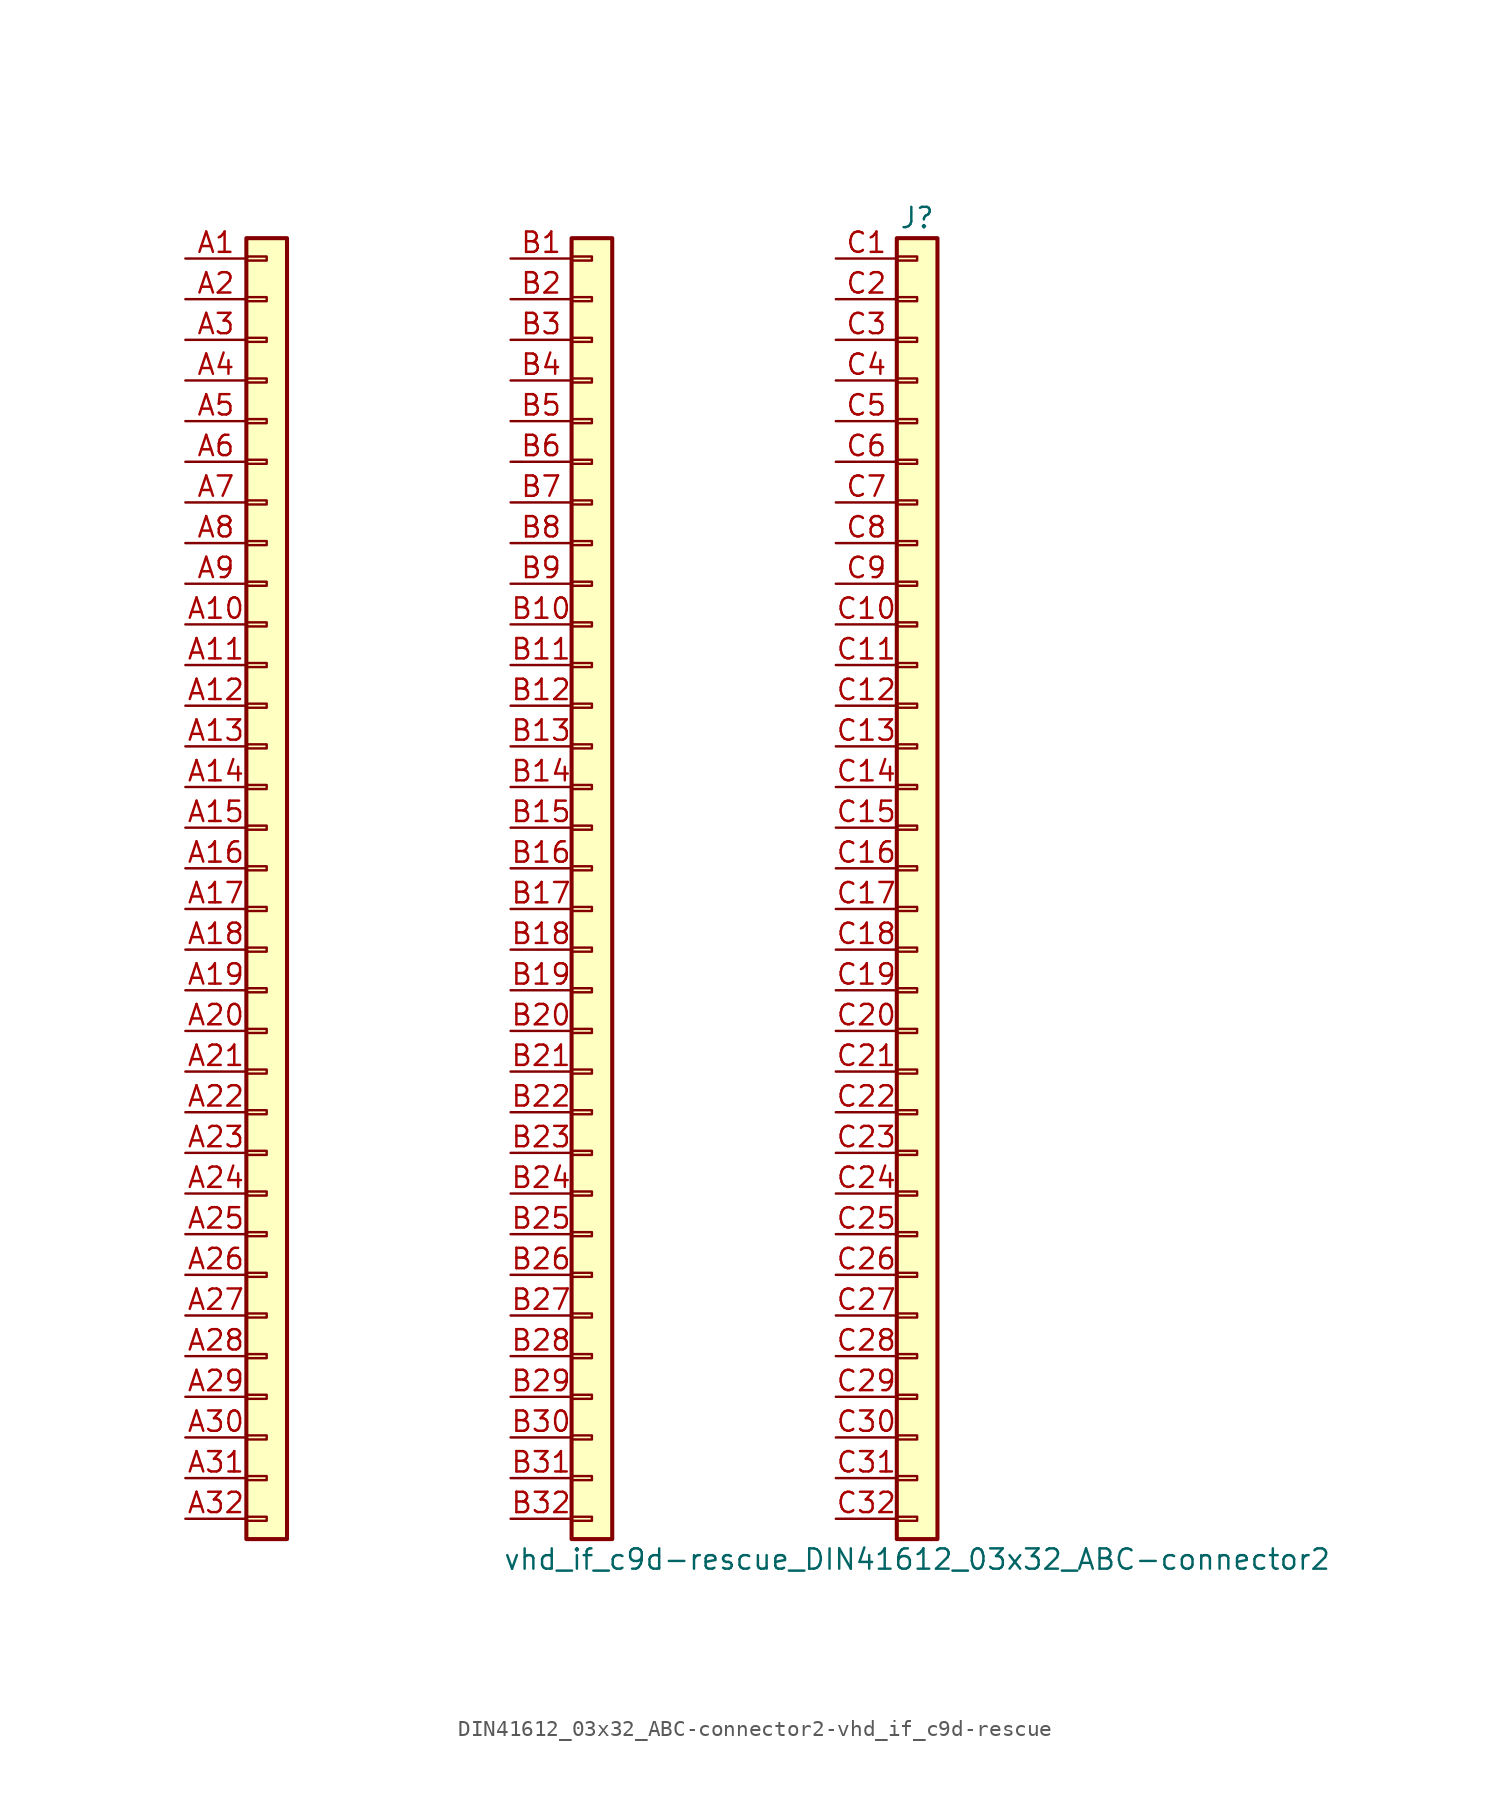
<source format=kicad_sym>
(kicad_symbol_lib
  (version 20220914)
  (generator kicad_symbol_editor)
  (symbol "DIN41612_03x32_ABC-connector2-vhd_if_c9d-rescue"
    (pin_names
      (offset 1.016) hide)
    (property "Reference" "J"
      (at 1.27 40.64 0)
      (effects (font (size 1.27 1.27))))
    (property "Value" "vhd_if_c9d-rescue_DIN41612_03x32_ABC-connector2"
      (at 1.27 -43.18 0)
      (effects (font (size 1.27 1.27))))
    (symbol "DIN41612_03x32_ABC-connector2-vhd_if_c9d-rescue_1_1"
      (rectangle (start -40.64 -40.513) (end -39.37 -40.767) (stroke (width 0.152) (type solid)) (fill (type none)))
      (rectangle (start -40.64 -37.973) (end -39.37 -38.227) (stroke (width 0.152) (type solid)) (fill (type none)))
      (rectangle (start -40.64 -35.433) (end -39.37 -35.687) (stroke (width 0.152) (type solid)) (fill (type none)))
      (rectangle (start -40.64 -32.893) (end -39.37 -33.147) (stroke (width 0.152) (type solid)) (fill (type none)))
      (rectangle (start -40.64 -30.353) (end -39.37 -30.607) (stroke (width 0.152) (type solid)) (fill (type none)))
      (rectangle (start -40.64 -27.813) (end -39.37 -28.067) (stroke (width 0.152) (type solid)) (fill (type none)))
      (rectangle (start -40.64 -25.273) (end -39.37 -25.527) (stroke (width 0.152) (type solid)) (fill (type none)))
      (rectangle (start -40.64 -22.733) (end -39.37 -22.987) (stroke (width 0.152) (type solid)) (fill (type none)))
      (rectangle (start -40.64 -20.193) (end -39.37 -20.447) (stroke (width 0.152) (type solid)) (fill (type none)))
      (rectangle (start -40.64 -17.653) (end -39.37 -17.907) (stroke (width 0.152) (type solid)) (fill (type none)))
      (rectangle (start -40.64 -15.113) (end -39.37 -15.367) (stroke (width 0.152) (type solid)) (fill (type none)))
      (rectangle (start -40.64 -12.573) (end -39.37 -12.827) (stroke (width 0.152) (type solid)) (fill (type none)))
      (rectangle (start -40.64 -10.033) (end -39.37 -10.287) (stroke (width 0.152) (type solid)) (fill (type none)))
      (rectangle (start -40.64 -7.493) (end -39.37 -7.747) (stroke (width 0.152) (type solid)) (fill (type none)))
      (rectangle (start -40.64 -4.953) (end -39.37 -5.207) (stroke (width 0.152) (type solid)) (fill (type none)))
      (rectangle (start -40.64 -2.413) (end -39.37 -2.667) (stroke (width 0.152) (type solid)) (fill (type none)))
      (rectangle (start -40.64 0.127) (end -39.37 -0.127) (stroke (width 0.152) (type solid)) (fill (type none)))
      (rectangle (start -40.64 2.667) (end -39.37 2.413) (stroke (width 0.152) (type solid)) (fill (type none)))
      (rectangle (start -40.64 5.207) (end -39.37 4.953) (stroke (width 0.152) (type solid)) (fill (type none)))
      (rectangle (start -40.64 7.747) (end -39.37 7.493) (stroke (width 0.152) (type solid)) (fill (type none)))
      (rectangle (start -40.64 10.287) (end -39.37 10.033) (stroke (width 0.152) (type solid)) (fill (type none)))
      (rectangle (start -40.64 12.827) (end -39.37 12.573) (stroke (width 0.152) (type solid)) (fill (type none)))
      (rectangle (start -40.64 15.367) (end -39.37 15.113) (stroke (width 0.152) (type solid)) (fill (type none)))
      (rectangle (start -40.64 17.907) (end -39.37 17.653) (stroke (width 0.152) (type solid)) (fill (type none)))
      (rectangle (start -40.64 20.447) (end -39.37 20.193) (stroke (width 0.152) (type solid)) (fill (type none)))
      (rectangle (start -40.64 22.987) (end -39.37 22.733) (stroke (width 0.152) (type solid)) (fill (type none)))
      (rectangle (start -40.64 25.527) (end -39.37 25.273) (stroke (width 0.152) (type solid)) (fill (type none)))
      (rectangle (start -40.64 28.067) (end -39.37 27.813) (stroke (width 0.152) (type solid)) (fill (type none)))
      (rectangle (start -40.64 30.607) (end -39.37 30.353) (stroke (width 0.152) (type solid)) (fill (type none)))
      (rectangle (start -40.64 33.147) (end -39.37 32.893) (stroke (width 0.152) (type solid)) (fill (type none)))
      (rectangle (start -40.64 35.687) (end -39.37 35.433) (stroke (width 0.152) (type solid)) (fill (type none)))
      (rectangle (start -40.64 38.227) (end -39.37 37.973) (stroke (width 0.152) (type solid)) (fill (type none)))
      (rectangle (start -40.64 39.37) (end -38.1 -41.91) (stroke (width 0.254) (type solid)) (fill (type background)))
      (rectangle (start -20.32 -40.513) (end -19.05 -40.767) (stroke (width 0.152) (type solid)) (fill (type none)))
      (rectangle (start -20.32 -37.973) (end -19.05 -38.227) (stroke (width 0.152) (type solid)) (fill (type none)))
      (rectangle (start -20.32 -35.433) (end -19.05 -35.687) (stroke (width 0.152) (type solid)) (fill (type none)))
      (rectangle (start -20.32 -32.893) (end -19.05 -33.147) (stroke (width 0.152) (type solid)) (fill (type none)))
      (rectangle (start -20.32 -30.353) (end -19.05 -30.607) (stroke (width 0.152) (type solid)) (fill (type none)))
      (rectangle (start -20.32 -27.813) (end -19.05 -28.067) (stroke (width 0.152) (type solid)) (fill (type none)))
      (rectangle (start -20.32 -25.273) (end -19.05 -25.527) (stroke (width 0.152) (type solid)) (fill (type none)))
      (rectangle (start -20.32 -22.733) (end -19.05 -22.987) (stroke (width 0.152) (type solid)) (fill (type none)))
      (rectangle (start -20.32 -20.193) (end -19.05 -20.447) (stroke (width 0.152) (type solid)) (fill (type none)))
      (rectangle (start -20.32 -17.653) (end -19.05 -17.907) (stroke (width 0.152) (type solid)) (fill (type none)))
      (rectangle (start -20.32 -15.113) (end -19.05 -15.367) (stroke (width 0.152) (type solid)) (fill (type none)))
      (rectangle (start -20.32 -12.573) (end -19.05 -12.827) (stroke (width 0.152) (type solid)) (fill (type none)))
      (rectangle (start -20.32 -10.033) (end -19.05 -10.287) (stroke (width 0.152) (type solid)) (fill (type none)))
      (rectangle (start -20.32 -7.493) (end -19.05 -7.747) (stroke (width 0.152) (type solid)) (fill (type none)))
      (rectangle (start -20.32 -4.953) (end -19.05 -5.207) (stroke (width 0.152) (type solid)) (fill (type none)))
      (rectangle (start -20.32 -2.413) (end -19.05 -2.667) (stroke (width 0.152) (type solid)) (fill (type none)))
      (rectangle (start -20.32 0.127) (end -19.05 -0.127) (stroke (width 0.152) (type solid)) (fill (type none)))
      (rectangle (start -20.32 2.667) (end -19.05 2.413) (stroke (width 0.152) (type solid)) (fill (type none)))
      (rectangle (start -20.32 5.207) (end -19.05 4.953) (stroke (width 0.152) (type solid)) (fill (type none)))
      (rectangle (start -20.32 7.747) (end -19.05 7.493) (stroke (width 0.152) (type solid)) (fill (type none)))
      (rectangle (start -20.32 10.287) (end -19.05 10.033) (stroke (width 0.152) (type solid)) (fill (type none)))
      (rectangle (start -20.32 12.827) (end -19.05 12.573) (stroke (width 0.152) (type solid)) (fill (type none)))
      (rectangle (start -20.32 15.367) (end -19.05 15.113) (stroke (width 0.152) (type solid)) (fill (type none)))
      (rectangle (start -20.32 17.907) (end -19.05 17.653) (stroke (width 0.152) (type solid)) (fill (type none)))
      (rectangle (start -20.32 20.447) (end -19.05 20.193) (stroke (width 0.152) (type solid)) (fill (type none)))
      (rectangle (start -20.32 22.987) (end -19.05 22.733) (stroke (width 0.152) (type solid)) (fill (type none)))
      (rectangle (start -20.32 25.527) (end -19.05 25.273) (stroke (width 0.152) (type solid)) (fill (type none)))
      (rectangle (start -20.32 28.067) (end -19.05 27.813) (stroke (width 0.152) (type solid)) (fill (type none)))
      (rectangle (start -20.32 30.607) (end -19.05 30.353) (stroke (width 0.152) (type solid)) (fill (type none)))
      (rectangle (start -20.32 33.147) (end -19.05 32.893) (stroke (width 0.152) (type solid)) (fill (type none)))
      (rectangle (start -20.32 35.687) (end -19.05 35.433) (stroke (width 0.152) (type solid)) (fill (type none)))
      (rectangle (start -20.32 38.227) (end -19.05 37.973) (stroke (width 0.152) (type solid)) (fill (type none)))
      (rectangle (start -20.32 39.37) (end -17.78 -41.91) (stroke (width 0.254) (type solid)) (fill (type background)))
      (rectangle (start 0 -40.513) (end 1.27 -40.767) (stroke (width 0.152) (type solid)) (fill (type none)))
      (rectangle (start 0 -37.973) (end 1.27 -38.227) (stroke (width 0.152) (type solid)) (fill (type none)))
      (rectangle (start 0 -35.433) (end 1.27 -35.687) (stroke (width 0.152) (type solid)) (fill (type none)))
      (rectangle (start 0 -32.893) (end 1.27 -33.147) (stroke (width 0.152) (type solid)) (fill (type none)))
      (rectangle (start 0 -30.353) (end 1.27 -30.607) (stroke (width 0.152) (type solid)) (fill (type none)))
      (rectangle (start 0 -27.813) (end 1.27 -28.067) (stroke (width 0.152) (type solid)) (fill (type none)))
      (rectangle (start 0 -25.273) (end 1.27 -25.527) (stroke (width 0.152) (type solid)) (fill (type none)))
      (rectangle (start 0 -22.733) (end 1.27 -22.987) (stroke (width 0.152) (type solid)) (fill (type none)))
      (rectangle (start 0 -20.193) (end 1.27 -20.447) (stroke (width 0.152) (type solid)) (fill (type none)))
      (rectangle (start 0 -17.653) (end 1.27 -17.907) (stroke (width 0.152) (type solid)) (fill (type none)))
      (rectangle (start 0 -15.113) (end 1.27 -15.367) (stroke (width 0.152) (type solid)) (fill (type none)))
      (rectangle (start 0 -12.573) (end 1.27 -12.827) (stroke (width 0.152) (type solid)) (fill (type none)))
      (rectangle (start 0 -10.033) (end 1.27 -10.287) (stroke (width 0.152) (type solid)) (fill (type none)))
      (rectangle (start 0 -7.493) (end 1.27 -7.747) (stroke (width 0.152) (type solid)) (fill (type none)))
      (rectangle (start 0 -4.953) (end 1.27 -5.207) (stroke (width 0.152) (type solid)) (fill (type none)))
      (rectangle (start 0 -2.413) (end 1.27 -2.667) (stroke (width 0.152) (type solid)) (fill (type none)))
      (rectangle (start 0 0.127) (end 1.27 -0.127) (stroke (width 0.152) (type solid)) (fill (type none)))
      (rectangle (start 0 2.667) (end 1.27 2.413) (stroke (width 0.152) (type solid)) (fill (type none)))
      (rectangle (start 0 5.207) (end 1.27 4.953) (stroke (width 0.152) (type solid)) (fill (type none)))
      (rectangle (start 0 7.747) (end 1.27 7.493) (stroke (width 0.152) (type solid)) (fill (type none)))
      (rectangle (start 0 10.287) (end 1.27 10.033) (stroke (width 0.152) (type solid)) (fill (type none)))
      (rectangle (start 0 12.827) (end 1.27 12.573) (stroke (width 0.152) (type solid)) (fill (type none)))
      (rectangle (start 0 15.367) (end 1.27 15.113) (stroke (width 0.152) (type solid)) (fill (type none)))
      (rectangle (start 0 17.907) (end 1.27 17.653) (stroke (width 0.152) (type solid)) (fill (type none)))
      (rectangle (start 0 20.447) (end 1.27 20.193) (stroke (width 0.152) (type solid)) (fill (type none)))
      (rectangle (start 0 22.987) (end 1.27 22.733) (stroke (width 0.152) (type solid)) (fill (type none)))
      (rectangle (start 0 25.527) (end 1.27 25.273) (stroke (width 0.152) (type solid)) (fill (type none)))
      (rectangle (start 0 28.067) (end 1.27 27.813) (stroke (width 0.152) (type solid)) (fill (type none)))
      (rectangle (start 0 30.607) (end 1.27 30.353) (stroke (width 0.152) (type solid)) (fill (type none)))
      (rectangle (start 0 33.147) (end 1.27 32.893) (stroke (width 0.152) (type solid)) (fill (type none)))
      (rectangle (start 0 35.687) (end 1.27 35.433) (stroke (width 0.152) (type solid)) (fill (type none)))
      (rectangle (start 0 38.227) (end 1.27 37.973) (stroke (width 0.152) (type solid)) (fill (type none)))
      (rectangle (start 0 39.37) (end 2.54 -41.91) (stroke (width 0.254) (type solid)) (fill (type background)))
      (pin passive line (at -44.45 38.1 0) (length 3.81) (name "Pin_a1" (effects (font (size 1.27 1.27)))) (number "A1" (effects (font (size 1.27 1.27)))))
      (pin passive line (at -44.45 15.24 0) (length 3.81) (name "Pin_a10" (effects (font (size 1.27 1.27)))) (number "A10" (effects (font (size 1.27 1.27)))))
      (pin passive line (at -44.45 12.7 0) (length 3.81) (name "Pin_a11" (effects (font (size 1.27 1.27)))) (number "A11" (effects (font (size 1.27 1.27)))))
      (pin passive line (at -44.45 10.16 0) (length 3.81) (name "Pin_a12" (effects (font (size 1.27 1.27)))) (number "A12" (effects (font (size 1.27 1.27)))))
      (pin passive line (at -44.45 7.62 0) (length 3.81) (name "Pin_a13" (effects (font (size 1.27 1.27)))) (number "A13" (effects (font (size 1.27 1.27)))))
      (pin passive line (at -44.45 5.08 0) (length 3.81) (name "Pin_a14" (effects (font (size 1.27 1.27)))) (number "A14" (effects (font (size 1.27 1.27)))))
      (pin passive line (at -44.45 2.54 0) (length 3.81) (name "Pin_a15" (effects (font (size 1.27 1.27)))) (number "A15" (effects (font (size 1.27 1.27)))))
      (pin passive line (at -44.45 0 0) (length 3.81) (name "Pin_a16" (effects (font (size 1.27 1.27)))) (number "A16" (effects (font (size 1.27 1.27)))))
      (pin passive line (at -44.45 -2.54 0) (length 3.81) (name "Pin_a17" (effects (font (size 1.27 1.27)))) (number "A17" (effects (font (size 1.27 1.27)))))
      (pin passive line (at -44.45 -5.08 0) (length 3.81) (name "Pin_a18" (effects (font (size 1.27 1.27)))) (number "A18" (effects (font (size 1.27 1.27)))))
      (pin passive line (at -44.45 -7.62 0) (length 3.81) (name "Pin_a19" (effects (font (size 1.27 1.27)))) (number "A19" (effects (font (size 1.27 1.27)))))
      (pin passive line (at -44.45 35.56 0) (length 3.81) (name "Pin_a2" (effects (font (size 1.27 1.27)))) (number "A2" (effects (font (size 1.27 1.27)))))
      (pin passive line (at -44.45 -10.16 0) (length 3.81) (name "Pin_a20" (effects (font (size 1.27 1.27)))) (number "A20" (effects (font (size 1.27 1.27)))))
      (pin passive line (at -44.45 -12.7 0) (length 3.81) (name "Pin_a21" (effects (font (size 1.27 1.27)))) (number "A21" (effects (font (size 1.27 1.27)))))
      (pin passive line (at -44.45 -15.24 0) (length 3.81) (name "Pin_a22" (effects (font (size 1.27 1.27)))) (number "A22" (effects (font (size 1.27 1.27)))))
      (pin passive line (at -44.45 -17.78 0) (length 3.81) (name "Pin_a23" (effects (font (size 1.27 1.27)))) (number "A23" (effects (font (size 1.27 1.27)))))
      (pin passive line (at -44.45 -20.32 0) (length 3.81) (name "Pin_a24" (effects (font (size 1.27 1.27)))) (number "A24" (effects (font (size 1.27 1.27)))))
      (pin passive line (at -44.45 -22.86 0) (length 3.81) (name "Pin_a25" (effects (font (size 1.27 1.27)))) (number "A25" (effects (font (size 1.27 1.27)))))
      (pin passive line (at -44.45 -25.4 0) (length 3.81) (name "Pin_a26" (effects (font (size 1.27 1.27)))) (number "A26" (effects (font (size 1.27 1.27)))))
      (pin passive line (at -44.45 -27.94 0) (length 3.81) (name "Pin_a27" (effects (font (size 1.27 1.27)))) (number "A27" (effects (font (size 1.27 1.27)))))
      (pin passive line (at -44.45 -30.48 0) (length 3.81) (name "Pin_a28" (effects (font (size 1.27 1.27)))) (number "A28" (effects (font (size 1.27 1.27)))))
      (pin passive line (at -44.45 -33.02 0) (length 3.81) (name "Pin_a29" (effects (font (size 1.27 1.27)))) (number "A29" (effects (font (size 1.27 1.27)))))
      (pin passive line (at -44.45 33.02 0) (length 3.81) (name "Pin_a3" (effects (font (size 1.27 1.27)))) (number "A3" (effects (font (size 1.27 1.27)))))
      (pin passive line (at -44.45 -35.56 0) (length 3.81) (name "Pin_a30" (effects (font (size 1.27 1.27)))) (number "A30" (effects (font (size 1.27 1.27)))))
      (pin passive line (at -44.45 -38.1 0) (length 3.81) (name "Pin_a31" (effects (font (size 1.27 1.27)))) (number "A31" (effects (font (size 1.27 1.27)))))
      (pin passive line (at -44.45 -40.64 0) (length 3.81) (name "Pin_a32" (effects (font (size 1.27 1.27)))) (number "A32" (effects (font (size 1.27 1.27)))))
      (pin passive line (at -44.45 30.48 0) (length 3.81) (name "Pin_a4" (effects (font (size 1.27 1.27)))) (number "A4" (effects (font (size 1.27 1.27)))))
      (pin passive line (at -44.45 27.94 0) (length 3.81) (name "Pin_a5" (effects (font (size 1.27 1.27)))) (number "A5" (effects (font (size 1.27 1.27)))))
      (pin passive line (at -44.45 25.4 0) (length 3.81) (name "Pin_a6" (effects (font (size 1.27 1.27)))) (number "A6" (effects (font (size 1.27 1.27)))))
      (pin passive line (at -44.45 22.86 0) (length 3.81) (name "Pin_a7" (effects (font (size 1.27 1.27)))) (number "A7" (effects (font (size 1.27 1.27)))))
      (pin passive line (at -44.45 20.32 0) (length 3.81) (name "Pin_a8" (effects (font (size 1.27 1.27)))) (number "A8" (effects (font (size 1.27 1.27)))))
      (pin passive line (at -44.45 17.78 0) (length 3.81) (name "Pin_a9" (effects (font (size 1.27 1.27)))) (number "A9" (effects (font (size 1.27 1.27)))))
      (pin passive line (at -24.13 38.1 0) (length 3.81) (name "Pin_b1" (effects (font (size 1.27 1.27)))) (number "B1" (effects (font (size 1.27 1.27)))))
      (pin passive line (at -24.13 15.24 0) (length 3.81) (name "Pin_b10" (effects (font (size 1.27 1.27)))) (number "B10" (effects (font (size 1.27 1.27)))))
      (pin passive line (at -24.13 12.7 0) (length 3.81) (name "Pin_b11" (effects (font (size 1.27 1.27)))) (number "B11" (effects (font (size 1.27 1.27)))))
      (pin passive line (at -24.13 10.16 0) (length 3.81) (name "Pin_b12" (effects (font (size 1.27 1.27)))) (number "B12" (effects (font (size 1.27 1.27)))))
      (pin passive line (at -24.13 7.62 0) (length 3.81) (name "Pin_b13" (effects (font (size 1.27 1.27)))) (number "B13" (effects (font (size 1.27 1.27)))))
      (pin passive line (at -24.13 5.08 0) (length 3.81) (name "Pin_b14" (effects (font (size 1.27 1.27)))) (number "B14" (effects (font (size 1.27 1.27)))))
      (pin passive line (at -24.13 2.54 0) (length 3.81) (name "Pin_b15" (effects (font (size 1.27 1.27)))) (number "B15" (effects (font (size 1.27 1.27)))))
      (pin passive line (at -24.13 0 0) (length 3.81) (name "Pin_b16" (effects (font (size 1.27 1.27)))) (number "B16" (effects (font (size 1.27 1.27)))))
      (pin passive line (at -24.13 -2.54 0) (length 3.81) (name "Pin_b17" (effects (font (size 1.27 1.27)))) (number "B17" (effects (font (size 1.27 1.27)))))
      (pin passive line (at -24.13 -5.08 0) (length 3.81) (name "Pin_b18" (effects (font (size 1.27 1.27)))) (number "B18" (effects (font (size 1.27 1.27)))))
      (pin passive line (at -24.13 -7.62 0) (length 3.81) (name "Pin_b19" (effects (font (size 1.27 1.27)))) (number "B19" (effects (font (size 1.27 1.27)))))
      (pin passive line (at -24.13 35.56 0) (length 3.81) (name "Pin_b2" (effects (font (size 1.27 1.27)))) (number "B2" (effects (font (size 1.27 1.27)))))
      (pin passive line (at -24.13 -10.16 0) (length 3.81) (name "Pin_b20" (effects (font (size 1.27 1.27)))) (number "B20" (effects (font (size 1.27 1.27)))))
      (pin passive line (at -24.13 -12.7 0) (length 3.81) (name "Pin_b21" (effects (font (size 1.27 1.27)))) (number "B21" (effects (font (size 1.27 1.27)))))
      (pin passive line (at -24.13 -15.24 0) (length 3.81) (name "Pin_b22" (effects (font (size 1.27 1.27)))) (number "B22" (effects (font (size 1.27 1.27)))))
      (pin passive line (at -24.13 -17.78 0) (length 3.81) (name "Pin_b23" (effects (font (size 1.27 1.27)))) (number "B23" (effects (font (size 1.27 1.27)))))
      (pin passive line (at -24.13 -20.32 0) (length 3.81) (name "Pin_b24" (effects (font (size 1.27 1.27)))) (number "B24" (effects (font (size 1.27 1.27)))))
      (pin passive line (at -24.13 -22.86 0) (length 3.81) (name "Pin_b25" (effects (font (size 1.27 1.27)))) (number "B25" (effects (font (size 1.27 1.27)))))
      (pin passive line (at -24.13 -25.4 0) (length 3.81) (name "Pin_b26" (effects (font (size 1.27 1.27)))) (number "B26" (effects (font (size 1.27 1.27)))))
      (pin passive line (at -24.13 -27.94 0) (length 3.81) (name "Pin_b27" (effects (font (size 1.27 1.27)))) (number "B27" (effects (font (size 1.27 1.27)))))
      (pin passive line (at -24.13 -30.48 0) (length 3.81) (name "Pin_b28" (effects (font (size 1.27 1.27)))) (number "B28" (effects (font (size 1.27 1.27)))))
      (pin passive line (at -24.13 -33.02 0) (length 3.81) (name "Pin_b29" (effects (font (size 1.27 1.27)))) (number "B29" (effects (font (size 1.27 1.27)))))
      (pin passive line (at -24.13 33.02 0) (length 3.81) (name "Pin_b3" (effects (font (size 1.27 1.27)))) (number "B3" (effects (font (size 1.27 1.27)))))
      (pin passive line (at -24.13 -35.56 0) (length 3.81) (name "Pin_b30" (effects (font (size 1.27 1.27)))) (number "B30" (effects (font (size 1.27 1.27)))))
      (pin passive line (at -24.13 -38.1 0) (length 3.81) (name "Pin_b31" (effects (font (size 1.27 1.27)))) (number "B31" (effects (font (size 1.27 1.27)))))
      (pin passive line (at -24.13 -40.64 0) (length 3.81) (name "Pin_b32" (effects (font (size 1.27 1.27)))) (number "B32" (effects (font (size 1.27 1.27)))))
      (pin passive line (at -24.13 30.48 0) (length 3.81) (name "Pin_b4" (effects (font (size 1.27 1.27)))) (number "B4" (effects (font (size 1.27 1.27)))))
      (pin passive line (at -24.13 27.94 0) (length 3.81) (name "Pin_b5" (effects (font (size 1.27 1.27)))) (number "B5" (effects (font (size 1.27 1.27)))))
      (pin passive line (at -24.13 25.4 0) (length 3.81) (name "Pin_b6" (effects (font (size 1.27 1.27)))) (number "B6" (effects (font (size 1.27 1.27)))))
      (pin passive line (at -24.13 22.86 0) (length 3.81) (name "Pin_b7" (effects (font (size 1.27 1.27)))) (number "B7" (effects (font (size 1.27 1.27)))))
      (pin passive line (at -24.13 20.32 0) (length 3.81) (name "Pin_b8" (effects (font (size 1.27 1.27)))) (number "B8" (effects (font (size 1.27 1.27)))))
      (pin passive line (at -24.13 17.78 0) (length 3.81) (name "Pin_b9" (effects (font (size 1.27 1.27)))) (number "B9" (effects (font (size 1.27 1.27)))))
      (pin passive line (at -3.81 38.1 0) (length 3.81) (name "Pin_c1" (effects (font (size 1.27 1.27)))) (number "C1" (effects (font (size 1.27 1.27)))))
      (pin passive line (at -3.81 15.24 0) (length 3.81) (name "Pin_c10" (effects (font (size 1.27 1.27)))) (number "C10" (effects (font (size 1.27 1.27)))))
      (pin passive line (at -3.81 12.7 0) (length 3.81) (name "Pin_c11" (effects (font (size 1.27 1.27)))) (number "C11" (effects (font (size 1.27 1.27)))))
      (pin passive line (at -3.81 10.16 0) (length 3.81) (name "Pin_c12" (effects (font (size 1.27 1.27)))) (number "C12" (effects (font (size 1.27 1.27)))))
      (pin passive line (at -3.81 7.62 0) (length 3.81) (name "Pin_c13" (effects (font (size 1.27 1.27)))) (number "C13" (effects (font (size 1.27 1.27)))))
      (pin passive line (at -3.81 5.08 0) (length 3.81) (name "Pin_c14" (effects (font (size 1.27 1.27)))) (number "C14" (effects (font (size 1.27 1.27)))))
      (pin passive line (at -3.81 2.54 0) (length 3.81) (name "Pin_c15" (effects (font (size 1.27 1.27)))) (number "C15" (effects (font (size 1.27 1.27)))))
      (pin passive line (at -3.81 0 0) (length 3.81) (name "Pin_c16" (effects (font (size 1.27 1.27)))) (number "C16" (effects (font (size 1.27 1.27)))))
      (pin passive line (at -3.81 -2.54 0) (length 3.81) (name "Pin_c17" (effects (font (size 1.27 1.27)))) (number "C17" (effects (font (size 1.27 1.27)))))
      (pin passive line (at -3.81 -5.08 0) (length 3.81) (name "Pin_c18" (effects (font (size 1.27 1.27)))) (number "C18" (effects (font (size 1.27 1.27)))))
      (pin passive line (at -3.81 -7.62 0) (length 3.81) (name "Pin_c19" (effects (font (size 1.27 1.27)))) (number "C19" (effects (font (size 1.27 1.27)))))
      (pin passive line (at -3.81 35.56 0) (length 3.81) (name "Pin_c2" (effects (font (size 1.27 1.27)))) (number "C2" (effects (font (size 1.27 1.27)))))
      (pin passive line (at -3.81 -10.16 0) (length 3.81) (name "Pin_c20" (effects (font (size 1.27 1.27)))) (number "C20" (effects (font (size 1.27 1.27)))))
      (pin passive line (at -3.81 -12.7 0) (length 3.81) (name "Pin_c21" (effects (font (size 1.27 1.27)))) (number "C21" (effects (font (size 1.27 1.27)))))
      (pin passive line (at -3.81 -15.24 0) (length 3.81) (name "Pin_c22" (effects (font (size 1.27 1.27)))) (number "C22" (effects (font (size 1.27 1.27)))))
      (pin passive line (at -3.81 -17.78 0) (length 3.81) (name "Pin_c23" (effects (font (size 1.27 1.27)))) (number "C23" (effects (font (size 1.27 1.27)))))
      (pin passive line (at -3.81 -20.32 0) (length 3.81) (name "Pin_c24" (effects (font (size 1.27 1.27)))) (number "C24" (effects (font (size 1.27 1.27)))))
      (pin passive line (at -3.81 -22.86 0) (length 3.81) (name "Pin_c25" (effects (font (size 1.27 1.27)))) (number "C25" (effects (font (size 1.27 1.27)))))
      (pin passive line (at -3.81 -25.4 0) (length 3.81) (name "Pin_c26" (effects (font (size 1.27 1.27)))) (number "C26" (effects (font (size 1.27 1.27)))))
      (pin passive line (at -3.81 -27.94 0) (length 3.81) (name "Pin_c27" (effects (font (size 1.27 1.27)))) (number "C27" (effects (font (size 1.27 1.27)))))
      (pin passive line (at -3.81 -30.48 0) (length 3.81) (name "Pin_c28" (effects (font (size 1.27 1.27)))) (number "C28" (effects (font (size 1.27 1.27)))))
      (pin passive line (at -3.81 -33.02 0) (length 3.81) (name "Pin_c29" (effects (font (size 1.27 1.27)))) (number "C29" (effects (font (size 1.27 1.27)))))
      (pin passive line (at -3.81 33.02 0) (length 3.81) (name "Pin_c3" (effects (font (size 1.27 1.27)))) (number "C3" (effects (font (size 1.27 1.27)))))
      (pin passive line (at -3.81 -35.56 0) (length 3.81) (name "Pin_c30" (effects (font (size 1.27 1.27)))) (number "C30" (effects (font (size 1.27 1.27)))))
      (pin passive line (at -3.81 -38.1 0) (length 3.81) (name "Pin_c31" (effects (font (size 1.27 1.27)))) (number "C31" (effects (font (size 1.27 1.27)))))
      (pin passive line (at -3.81 -40.64 0) (length 3.81) (name "Pin_c32" (effects (font (size 1.27 1.27)))) (number "C32" (effects (font (size 1.27 1.27)))))
      (pin passive line (at -3.81 30.48 0) (length 3.81) (name "Pin_c4" (effects (font (size 1.27 1.27)))) (number "C4" (effects (font (size 1.27 1.27)))))
      (pin passive line (at -3.81 27.94 0) (length 3.81) (name "Pin_c5" (effects (font (size 1.27 1.27)))) (number "C5" (effects (font (size 1.27 1.27)))))
      (pin passive line (at -3.81 25.4 0) (length 3.81) (name "Pin_c6" (effects (font (size 1.27 1.27)))) (number "C6" (effects (font (size 1.27 1.27)))))
      (pin passive line (at -3.81 22.86 0) (length 3.81) (name "Pin_c7" (effects (font (size 1.27 1.27)))) (number "C7" (effects (font (size 1.27 1.27)))))
      (pin passive line (at -3.81 20.32 0) (length 3.81) (name "Pin_c8" (effects (font (size 1.27 1.27)))) (number "C8" (effects (font (size 1.27 1.27)))))
      (pin passive line (at -3.81 17.78 0) (length 3.81) (name "Pin_c9" (effects (font (size 1.27 1.27)))) (number "C9" (effects (font (size 1.27 1.27))))))))
</source>
